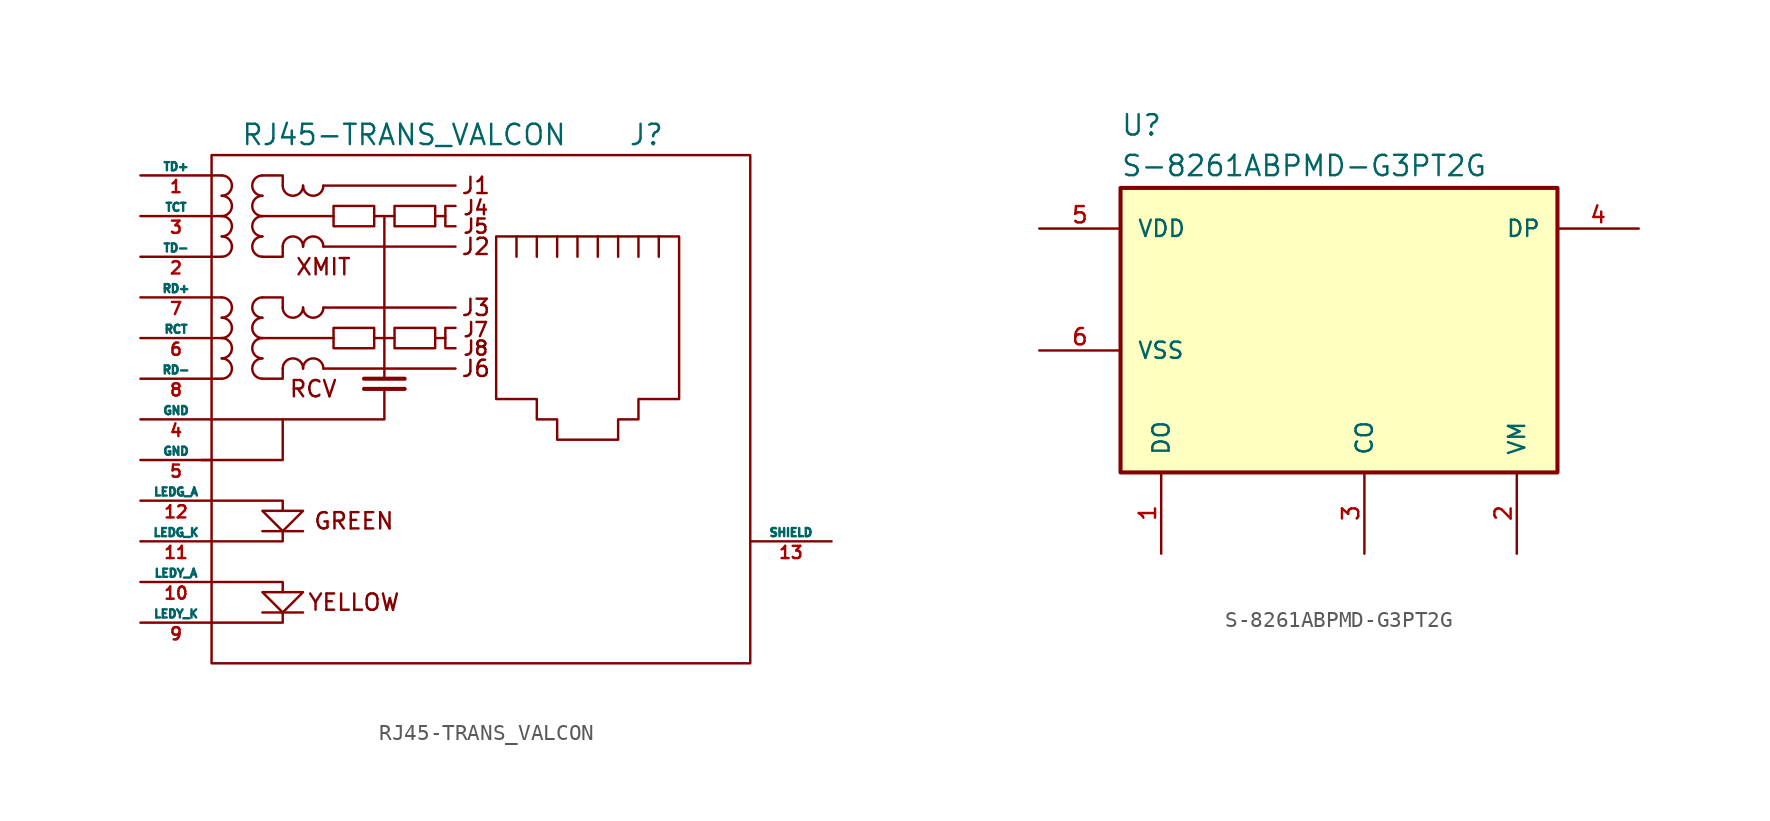
<source format=kicad_sym>
(kicad_symbol_lib
  (version 20211014)
  (generator kicad_symbol_editor)
  (symbol "RJ45-TRANS_VALCON"
    (pin_names
      (offset 0))
    (property "Reference" "J"
      (at 2.54 15.24 0)
      (effects (font (size 1.27 1.27)) (justify left)))
    (property "Value" "RJ45-TRANS_VALCON"
      (at -1.27 15.24 0)
      (effects (font (size 1.27 1.27)) (justify right)))
    (property "Footprint" ""
      (at 0 0 0)
      (effects (font (size 1.27 1.27))))
    (property "Datasheet" ""
      (at 0 0 0)
      (effects (font (size 1.27 1.27))))
    (symbol "RJ45-TRANS_VALCON_0_0"
      (polyline (pts (xy -17.78 -14.605) (xy -20.32 -14.605) (xy -20.32 -14.605)) (stroke (width 0) (type default) (color 0 0 0 0)) (fill (type none)))
      (polyline (pts (xy -17.78 -9.525) (xy -20.32 -9.525) (xy -20.32 -9.525)) (stroke (width 0) (type default) (color 0 0 0 0)) (fill (type none)))
      (polyline (pts (xy -12.7 2.54) (xy -12.7 0) (xy -12.7 0)) (stroke (width 0) (type default) (color 0 0 0 0)) (fill (type none)))
      (polyline (pts (xy -12.7 10.16) (xy -12.7 2.54) (xy -12.7 2.54)) (stroke (width 0) (type default) (color 0 0 0 0)) (fill (type none)))
      (polyline (pts (xy -11.43 -0.635) (xy -13.97 -0.635) (xy -13.97 -0.635)) (stroke (width 0.254) (type default) (color 0 0 0 0)) (fill (type none)))
      (polyline (pts (xy -8.89 2.54) (xy -9.525 2.54) (xy -9.525 2.54)) (stroke (width 0) (type default) (color 0 0 0 0)) (fill (type none)))
      (polyline (pts (xy -8.89 10.16) (xy -9.525 10.16) (xy -9.525 10.16)) (stroke (width 0) (type default) (color 0 0 0 0)) (fill (type none)))
      (polyline (pts (xy -23.495 -15.24) (xy -19.05 -15.24) (xy -19.05 -14.605) (xy -19.05 -14.605)) (stroke (width 0) (type default) (color 0 0 0 0)) (fill (type none)))
      (polyline (pts (xy -23.495 -12.7) (xy -19.05 -12.7) (xy -19.05 -13.335) (xy -19.05 -13.335)) (stroke (width 0) (type default) (color 0 0 0 0)) (fill (type none)))
      (polyline (pts (xy -23.495 -7.62) (xy -19.05 -7.62) (xy -19.05 -8.255) (xy -19.05 -8.255)) (stroke (width 0) (type default) (color 0 0 0 0)) (fill (type none)))
      (polyline (pts (xy -19.05 -9.525) (xy -19.05 -10.16) (xy -23.495 -10.16) (xy -22.86 -10.16)) (stroke (width 0) (type default) (color 0 0 0 0)) (fill (type none)))
      (polyline (pts (xy -12.7 -0.635) (xy -12.7 -2.54) (xy -23.495 -2.54) (xy -22.225 -2.54)) (stroke (width 0) (type default) (color 0 0 0 0)) (fill (type none)))
      (polyline (pts (xy -11.43 0) (xy -13.335 0) (xy -13.97 0) (xy -13.97 0)) (stroke (width 0.254) (type default) (color 0 0 0 0)) (fill (type none)))
      (polyline (pts (xy -20.32 -8.255) (xy -17.78 -8.255) (xy -19.05 -9.525) (xy -20.32 -8.255) (xy -20.32 -8.255)) (stroke (width 0) (type default) (color 0 0 0 0)) (fill (type none)))
      (polyline (pts (xy -17.78 -13.335) (xy -20.32 -13.335) (xy -19.05 -14.605) (xy -17.78 -13.335) (xy -17.78 -13.335)) (stroke (width 0) (type default) (color 0 0 0 0)) (fill (type none)))
      (polyline (pts (xy -8.255 3.175) (xy -8.89 3.175) (xy -8.89 1.905) (xy -8.255 1.905) (xy -8.255 1.905)) (stroke (width 0) (type default) (color 0 0 0 0)) (fill (type none)))
      (polyline (pts (xy -8.255 10.795) (xy -8.89 10.795) (xy -8.89 9.525) (xy -8.255 9.525) (xy -8.255 9.525)) (stroke (width 0) (type default) (color 0 0 0 0)) (fill (type none)))
      (text "GREEN" (at -14.605 -8.89 0) (effects (font (size 1.016 1.016))))
      (text "J1" (at -6.985 12.065 0) (effects (font (size 1.016 1.016))))
      (text "J2" (at -6.985 8.255 0) (effects (font (size 1.016 1.016))))
      (text "J3" (at -6.985 4.445 0) (effects (font (size 1.016 1.016))))
      (text "J4" (at -6.985 10.16 0) (effects (font (size 0.889 0.889)) (justify bottom)))
      (text "J5" (at -6.985 9.525 0) (effects (font (size 0.889 0.889))))
      (text "J6" (at -6.985 0.635 0) (effects (font (size 1.016 1.016))))
      (text "J7" (at -6.985 2.54 0) (effects (font (size 0.889 0.889)) (justify bottom)))
      (text "J8" (at -6.985 1.905 0) (effects (font (size 0.889 0.889))))
      (text "RCV" (at -17.145 -0.635 0) (effects (font (size 1.016 1.016))))
      (text "XMIT" (at -16.51 6.985 0) (effects (font (size 1.016 1.016))))
      (text "YELLOW" (at -14.605 -13.97 0) (effects (font (size 1.016 1.016)))))
    (symbol "RJ45-TRANS_VALCON_0_1"
      (rectangle (start -23.495 -17.78) (end 10.16 13.97) (stroke (width 0) (type default) (color 0 0 0 0)) (fill (type none)))
      (arc (start -22.86 0) (mid -22.225 0.635) (end -22.86 1.27) (stroke (width 0) (type default) (color 0 0 0 0)) (fill (type none)))
      (arc (start -22.86 1.27) (mid -22.225 1.905) (end -22.86 2.54) (stroke (width 0) (type default) (color 0 0 0 0)) (fill (type none)))
      (arc (start -22.86 2.54) (mid -22.225 3.175) (end -22.86 3.81) (stroke (width 0) (type default) (color 0 0 0 0)) (fill (type none)))
      (arc (start -22.86 3.81) (mid -22.225 4.445) (end -22.86 5.08) (stroke (width 0) (type default) (color 0 0 0 0)) (fill (type none)))
      (arc (start -22.86 7.62) (mid -22.225 8.255) (end -22.86 8.89) (stroke (width 0) (type default) (color 0 0 0 0)) (fill (type none)))
      (arc (start -22.86 8.89) (mid -22.225 9.525) (end -22.86 10.16) (stroke (width 0) (type default) (color 0 0 0 0)) (fill (type none)))
      (arc (start -22.86 10.16) (mid -22.225 10.795) (end -22.86 11.43) (stroke (width 0) (type default) (color 0 0 0 0)) (fill (type none)))
      (arc (start -22.86 11.43) (mid -22.225 12.065) (end -22.86 12.7) (stroke (width 0) (type default) (color 0 0 0 0)) (fill (type none)))
      (arc (start -20.32 1.27) (mid -20.955 0.635) (end -20.32 0) (stroke (width 0) (type default) (color 0 0 0 0)) (fill (type none)))
      (arc (start -20.32 2.54) (mid -20.955 1.905) (end -20.32 1.27) (stroke (width 0) (type default) (color 0 0 0 0)) (fill (type none)))
      (arc (start -20.32 3.81) (mid -20.955 3.175) (end -20.32 2.54) (stroke (width 0) (type default) (color 0 0 0 0)) (fill (type none)))
      (arc (start -20.32 5.08) (mid -20.955 4.445) (end -20.32 3.81) (stroke (width 0) (type default) (color 0 0 0 0)) (fill (type none)))
      (arc (start -20.32 8.89) (mid -20.955 8.255) (end -20.32 7.62) (stroke (width 0) (type default) (color 0 0 0 0)) (fill (type none)))
      (arc (start -20.32 10.16) (mid -20.955 9.525) (end -20.32 8.89) (stroke (width 0) (type default) (color 0 0 0 0)) (fill (type none)))
      (arc (start -20.32 11.43) (mid -20.955 10.795) (end -20.32 10.16) (stroke (width 0) (type default) (color 0 0 0 0)) (fill (type none)))
      (arc (start -20.32 12.7) (mid -20.955 12.065) (end -20.32 11.43) (stroke (width 0) (type default) (color 0 0 0 0)) (fill (type none)))
      (arc (start -19.05 4.445) (mid -18.415 3.81) (end -17.78 4.445) (stroke (width 0) (type default) (color 0 0 0 0)) (fill (type none)))
      (arc (start -19.05 12.065) (mid -18.415 11.43) (end -17.78 12.065) (stroke (width 0) (type default) (color 0 0 0 0)) (fill (type none)))
      (arc (start -17.78 0.635) (mid -18.415 1.27) (end -19.05 0.635) (stroke (width 0) (type default) (color 0 0 0 0)) (fill (type none)))
      (arc (start -17.78 4.445) (mid -17.145 3.81) (end -16.51 4.445) (stroke (width 0) (type default) (color 0 0 0 0)) (fill (type none)))
      (arc (start -17.78 8.255) (mid -18.415 8.89) (end -19.05 8.255) (stroke (width 0) (type default) (color 0 0 0 0)) (fill (type none)))
      (arc (start -17.78 12.065) (mid -17.145 11.43) (end -16.51 12.065) (stroke (width 0) (type default) (color 0 0 0 0)) (fill (type none)))
      (arc (start -16.51 0.635) (mid -17.145 1.27) (end -17.78 0.635) (stroke (width 0) (type default) (color 0 0 0 0)) (fill (type none)))
      (arc (start -16.51 8.255) (mid -17.145 8.89) (end -17.78 8.255) (stroke (width 0) (type default) (color 0 0 0 0)) (fill (type none)))
      (rectangle (start -15.875 3.175) (end -13.335 1.905) (stroke (width 0) (type default) (color 0 0 0 0)) (fill (type none)))
      (rectangle (start -15.875 10.795) (end -13.335 9.525) (stroke (width 0) (type default) (color 0 0 0 0)) (fill (type none)))
      (rectangle (start -12.065 3.175) (end -9.525 1.905) (stroke (width 0) (type default) (color 0 0 0 0)) (fill (type none)))
      (rectangle (start -12.065 10.795) (end -9.525 9.525) (stroke (width 0) (type default) (color 0 0 0 0)) (fill (type none)))
      (polyline (pts (xy -24.13 -5.08) (xy -19.05 -5.08) (xy -19.05 -2.54)) (stroke (width 0) (type default) (color 0 0 0 0)) (fill (type none)))
      (polyline (pts (xy -22.86 0) (xy -23.495 0) (xy -23.495 0)) (stroke (width 0) (type default) (color 0 0 0 0)) (fill (type none)))
      (polyline (pts (xy -22.86 2.54) (xy -23.495 2.54) (xy -23.495 2.54)) (stroke (width 0) (type default) (color 0 0 0 0)) (fill (type none)))
      (polyline (pts (xy -22.86 5.08) (xy -23.495 5.08) (xy -23.495 5.08)) (stroke (width 0) (type default) (color 0 0 0 0)) (fill (type none)))
      (polyline (pts (xy -22.86 7.62) (xy -23.495 7.62) (xy -23.495 7.62)) (stroke (width 0) (type default) (color 0 0 0 0)) (fill (type none)))
      (polyline (pts (xy -22.86 10.16) (xy -23.495 10.16) (xy -23.495 10.16)) (stroke (width 0) (type default) (color 0 0 0 0)) (fill (type none)))
      (polyline (pts (xy -16.51 0.635) (xy -8.255 0.635) (xy -8.255 0.635)) (stroke (width 0) (type default) (color 0 0 0 0)) (fill (type none)))
      (polyline (pts (xy -16.51 4.445) (xy -8.255 4.445) (xy -8.255 4.445)) (stroke (width 0) (type default) (color 0 0 0 0)) (fill (type none)))
      (polyline (pts (xy -16.51 8.255) (xy -8.255 8.255) (xy -8.255 8.255)) (stroke (width 0) (type default) (color 0 0 0 0)) (fill (type none)))
      (polyline (pts (xy -16.51 12.065) (xy -8.255 12.065) (xy -8.255 12.065)) (stroke (width 0) (type default) (color 0 0 0 0)) (fill (type none)))
      (polyline (pts (xy -13.335 2.54) (xy -12.065 2.54) (xy -12.065 2.54)) (stroke (width 0) (type default) (color 0 0 0 0)) (fill (type none)))
      (polyline (pts (xy -13.335 10.16) (xy -12.065 10.16) (xy -12.065 10.16)) (stroke (width 0) (type default) (color 0 0 0 0)) (fill (type none)))
      (polyline (pts (xy -4.445 7.62) (xy -4.445 8.89) (xy -4.445 8.89)) (stroke (width 0) (type default) (color 0 0 0 0)) (fill (type none)))
      (polyline (pts (xy -3.175 8.89) (xy -3.175 7.62) (xy -3.175 7.62)) (stroke (width 0) (type default) (color 0 0 0 0)) (fill (type none)))
      (polyline (pts (xy -1.905 8.89) (xy -1.905 7.62) (xy -1.905 7.62)) (stroke (width 0) (type default) (color 0 0 0 0)) (fill (type none)))
      (polyline (pts (xy -0.635 8.89) (xy -0.635 7.62) (xy -0.635 7.62)) (stroke (width 0) (type default) (color 0 0 0 0)) (fill (type none)))
      (polyline (pts (xy 0.635 8.89) (xy 0.635 7.62) (xy 0.635 7.62)) (stroke (width 0) (type default) (color 0 0 0 0)) (fill (type none)))
      (polyline (pts (xy 1.905 8.89) (xy 1.905 7.62) (xy 1.905 7.62)) (stroke (width 0) (type default) (color 0 0 0 0)) (fill (type none)))
      (polyline (pts (xy 3.175 7.62) (xy 3.175 8.89) (xy 3.175 8.89)) (stroke (width 0) (type default) (color 0 0 0 0)) (fill (type none)))
      (polyline (pts (xy 4.445 7.62) (xy 4.445 8.89) (xy 4.445 8.89)) (stroke (width 0) (type default) (color 0 0 0 0)) (fill (type none)))
      (polyline (pts (xy -22.86 12.7) (xy -23.495 12.7) (xy -23.495 12.7) (xy -23.495 12.7)) (stroke (width 0) (type default) (color 0 0 0 0)) (fill (type none)))
      (polyline (pts (xy -19.05 0.635) (xy -19.05 0) (xy -20.32 0) (xy -20.32 0)) (stroke (width 0) (type default) (color 0 0 0 0)) (fill (type none)))
      (polyline (pts (xy -19.05 8.255) (xy -19.05 7.62) (xy -20.32 7.62) (xy -20.32 7.62)) (stroke (width 0) (type default) (color 0 0 0 0)) (fill (type none)))
      (polyline (pts (xy -15.875 2.54) (xy -20.32 2.54) (xy -20.32 2.54) (xy -20.32 2.54)) (stroke (width 0) (type default) (color 0 0 0 0)) (fill (type none)))
      (polyline (pts (xy -15.875 10.16) (xy -20.32 10.16) (xy -20.32 10.16) (xy -20.32 10.16)) (stroke (width 0) (type default) (color 0 0 0 0)) (fill (type none)))
      (polyline (pts (xy -20.32 5.08) (xy -19.05 5.08) (xy -19.05 4.445) (xy -19.05 4.445) (xy -19.05 4.445) (xy -19.05 4.445)) (stroke (width 0) (type default) (color 0 0 0 0)) (fill (type none)))
      (polyline (pts (xy -20.32 12.7) (xy -19.05 12.7) (xy -19.05 12.065) (xy -19.05 12.065) (xy -19.05 12.065) (xy -19.05 12.065)) (stroke (width 0) (type default) (color 0 0 0 0)) (fill (type none)))
      (polyline (pts (xy -5.715 8.89) (xy 5.715 8.89) (xy 5.715 -1.27) (xy 3.175 -1.27) (xy 3.175 -2.54) (xy 1.905 -2.54) (xy 1.905 -3.81) (xy -1.905 -3.81) (xy -1.905 -2.54) (xy -3.175 -2.54) (xy -3.175 -1.27) (xy -5.715 -1.27) (xy -5.715 8.89) (xy -5.715 8.89)) (stroke (width 0) (type default) (color 0 0 0 0)) (fill (type none))))
    (symbol "RJ45-TRANS_VALCON_1_1"
      (pin passive line (at -27.94 12.7 0) (length 4.445) (name "TD+" (effects (font (size 0.508 0.508)))) (number "1" (effects (font (size 0.762 0.762)))))
      (pin passive line (at -27.94 -12.7 0) (length 4.445) (name "LEDY_A" (effects (font (size 0.508 0.508)))) (number "10" (effects (font (size 0.762 0.762)))))
      (pin passive line (at -27.94 -10.16 0) (length 4.445) (name "LEDG_K" (effects (font (size 0.508 0.508)))) (number "11" (effects (font (size 0.762 0.762)))))
      (pin passive line (at -27.94 -7.62 0) (length 4.445) (name "LEDG_A" (effects (font (size 0.508 0.508)))) (number "12" (effects (font (size 0.762 0.762)))))
      (pin passive line (at 15.24 -10.16 180) (length 5.08) (name "SHIELD" (effects (font (size 0.508 0.508)))) (number "13" (effects (font (size 0.762 0.762)))))
      (pin passive line (at -27.94 7.62 0) (length 4.445) (name "TD-" (effects (font (size 0.508 0.508)))) (number "2" (effects (font (size 0.762 0.762)))))
      (pin passive line (at -27.94 10.16 0) (length 4.445) (name "TCT" (effects (font (size 0.508 0.508)))) (number "3" (effects (font (size 0.762 0.762)))))
      (pin passive line (at -27.94 -2.54 0) (length 4.445) (name "GND" (effects (font (size 0.508 0.508)))) (number "4" (effects (font (size 0.762 0.762)))))
      (pin passive line (at -27.94 -5.08 0) (length 4.445) (name "GND" (effects (font (size 0.508 0.508)))) (number "5" (effects (font (size 0.762 0.762)))))
      (pin passive line (at -27.94 2.54 0) (length 4.445) (name "RCT" (effects (font (size 0.508 0.508)))) (number "6" (effects (font (size 0.762 0.762)))))
      (pin passive line (at -27.94 5.08 0) (length 4.445) (name "RD+" (effects (font (size 0.508 0.508)))) (number "7" (effects (font (size 0.762 0.762)))))
      (pin passive line (at -27.94 0 0) (length 4.445) (name "RD-" (effects (font (size 0.508 0.508)))) (number "8" (effects (font (size 0.762 0.762)))))
      (pin passive line (at -27.94 -15.24 0) (length 4.445) (name "LEDY_K" (effects (font (size 0.508 0.508)))) (number "9" (effects (font (size 0.762 0.762)))))))
  (symbol "S-8261ABPMD-G3PT2G"
    (pin_names
      (offset 1.016))
    (property "Reference" "U"
      (at -10.16 13.335 0)
      (effects (font (size 1.27 1.27)) (justify left bottom)))
    (property "Value" "S-8261ABPMD-G3PT2G"
      (at -10.16 10.795 0)
      (effects (font (size 1.27 1.27)) (justify left bottom)))
    (symbol "S-8261ABPMD-G3PT2G_0_0"
      (rectangle (start -10.16 10.16) (end 17.145 -7.62) (stroke (width 0.254) (type default) (color 0 0 0 0)) (fill (type background)))
      (pin bidirectional line (at -7.62 -12.7 90) (length 5.08) (name "DO" (effects (font (size 1.016 1.016)))) (number "1" (effects (font (size 1.016 1.016)))))
      (pin bidirectional line (at 14.605 -12.7 90) (length 5.08) (name "VM" (effects (font (size 1.016 1.016)))) (number "2" (effects (font (size 1.016 1.016)))))
      (pin bidirectional line (at 5.08 -12.7 90) (length 5.08) (name "CO" (effects (font (size 1.016 1.016)))) (number "3" (effects (font (size 1.016 1.016)))))
      (pin bidirectional line (at 22.225 7.62 180) (length 5.08) (name "DP" (effects (font (size 1.016 1.016)))) (number "4" (effects (font (size 1.016 1.016)))))
      (pin power_in line (at -15.24 7.62 0) (length 5.08) (name "VDD" (effects (font (size 1.016 1.016)))) (number "5" (effects (font (size 1.016 1.016)))))
      (pin power_in line (at -15.24 0 0) (length 5.08) (name "VSS" (effects (font (size 1.016 1.016)))) (number "6" (effects (font (size 1.016 1.016))))))))
</source>
